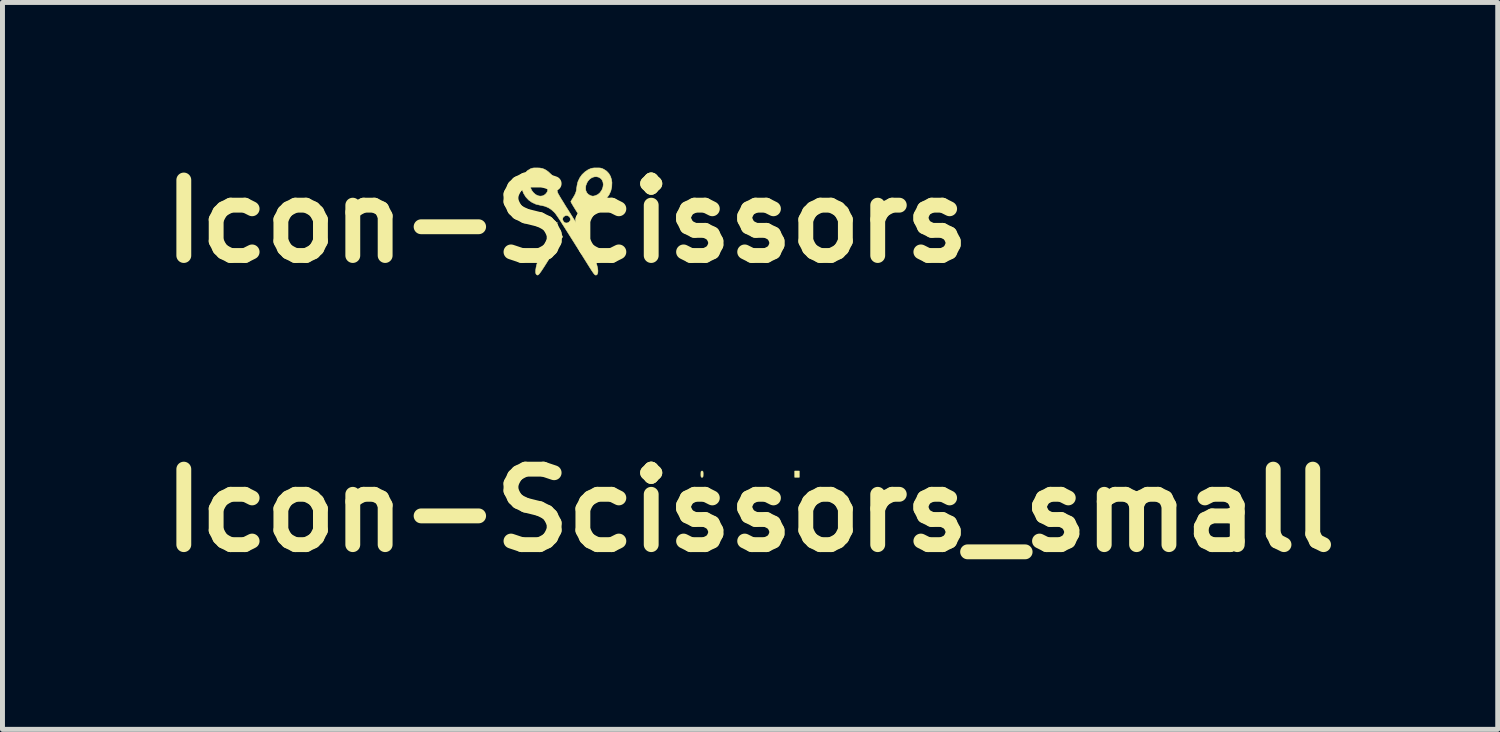
<source format=kicad_pcb>
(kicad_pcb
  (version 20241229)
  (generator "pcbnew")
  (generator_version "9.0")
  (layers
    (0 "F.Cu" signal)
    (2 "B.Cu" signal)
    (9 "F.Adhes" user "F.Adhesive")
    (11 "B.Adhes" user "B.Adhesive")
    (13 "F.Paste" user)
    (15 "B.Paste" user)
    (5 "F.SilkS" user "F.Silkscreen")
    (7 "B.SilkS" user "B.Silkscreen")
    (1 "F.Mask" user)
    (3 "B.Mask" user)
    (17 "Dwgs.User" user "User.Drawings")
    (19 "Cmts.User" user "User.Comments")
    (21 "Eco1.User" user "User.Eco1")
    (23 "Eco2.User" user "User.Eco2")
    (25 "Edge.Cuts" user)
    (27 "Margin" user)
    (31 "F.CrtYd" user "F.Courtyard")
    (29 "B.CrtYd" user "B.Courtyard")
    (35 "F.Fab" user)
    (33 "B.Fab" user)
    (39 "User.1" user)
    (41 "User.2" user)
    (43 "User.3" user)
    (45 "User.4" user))
  (footprint "Icon-Scissors"
    (layer "F.Cu")
    (at 8.389 1.418)
    (property "Reference" "Icon-Scissors" (at 0 0 0) (layer "F.SilkS") (effects (font (size 1.524 1.524) (thickness 0.3))))
    (attr through_hole)
    (fp_poly (pts (xy -0.178 0.03) (xy -0.182 0.034) (xy -0.186 0.03) (xy -0.182 0.025) (xy -0.178 0.03)) (stroke (width 0.01) (type solid)) (fill yes) (layer "F.SilkS"))
    (fp_poly (pts (xy -0.218 0.102) (xy -0.204 0.119) (xy -0.186 0.145) (xy -0.165 0.177) (xy -0.142 0.21) (xy -0.121 0.244) (xy -0.103 0.273) (xy -0.09 0.297) (xy -0.083 0.31) (xy -0.087 0.319) (xy -0.099 0.34) (xy -0.119 0.374) (xy -0.145 0.417) (xy -0.177 0.469) (xy -0.213 0.529) (xy -0.254 0.595) (xy -0.299 0.666) (xy -0.321 0.701) (xy -0.375 0.787) (xy -0.42 0.859) (xy -0.458 0.919) (xy -0.49 0.968) (xy -0.516 1.007) (xy -0.537 1.036) (xy -0.553 1.058) (xy -0.567 1.072) (xy -0.577 1.08) (xy -0.586 1.084) (xy -0.594 1.083) (xy -0.602 1.08) (xy -0.608 1.076) (xy -0.622 1.058) (xy -0.628 1.026) (xy -0.626 0.981) (xy -0.618 0.926) (xy -0.602 0.862) (xy -0.579 0.788) (xy -0.55 0.708) (xy -0.525 0.647) (xy -0.502 0.595) (xy -0.474 0.537) (xy -0.444 0.475) (xy -0.413 0.413) (xy -0.38 0.351) (xy -0.348 0.291) (xy -0.318 0.237) (xy -0.289 0.188) (xy -0.265 0.148) (xy -0.245 0.118) (xy -0.23 0.1) (xy -0.224 0.096) (xy -0.218 0.102)) (stroke (width 0.01) (type solid)) (fill yes) (layer "F.SilkS"))
    (fp_poly (pts (xy 0.646 -1.079) (xy 0.675 -1.077) (xy 0.698 -1.072) (xy 0.721 -1.064) (xy 0.747 -1.052) (xy 0.805 -1.014) (xy 0.851 -0.965) (xy 0.885 -0.905) (xy 0.906 -0.836) (xy 0.913 -0.783) (xy 0.909 -0.695) (xy 0.89 -0.613) (xy 0.855 -0.537) (xy 0.805 -0.467) (xy 0.783 -0.444) (xy 0.731 -0.399) (xy 0.676 -0.366) (xy 0.613 -0.342) (xy 0.54 -0.327) (xy 0.46 -0.31) (xy 0.392 -0.286) (xy 0.331 -0.253) (xy 0.275 -0.209) (xy 0.258 -0.194) (xy 0.224 -0.161) (xy 0.152 -0.277) (xy 0.128 -0.316) (xy 0.108 -0.351) (xy 0.092 -0.378) (xy 0.084 -0.395) (xy 0.083 -0.4) (xy 0.088 -0.409) (xy 0.1 -0.43) (xy 0.117 -0.458) (xy 0.128 -0.475) (xy 0.156 -0.522) (xy 0.175 -0.561) (xy 0.188 -0.598) (xy 0.197 -0.64) (xy 0.201 -0.672) (xy 0.38 -0.672) (xy 0.386 -0.622) (xy 0.404 -0.58) (xy 0.435 -0.545) (xy 0.478 -0.521) (xy 0.48 -0.52) (xy 0.506 -0.512) (xy 0.527 -0.509) (xy 0.55 -0.512) (xy 0.581 -0.52) (xy 0.632 -0.544) (xy 0.674 -0.581) (xy 0.708 -0.632) (xy 0.711 -0.636) (xy 0.731 -0.691) (xy 0.738 -0.745) (xy 0.731 -0.794) (xy 0.712 -0.837) (xy 0.687 -0.866) (xy 0.644 -0.892) (xy 0.598 -0.902) (xy 0.551 -0.898) (xy 0.505 -0.881) (xy 0.462 -0.851) (xy 0.425 -0.808) (xy 0.409 -0.78) (xy 0.387 -0.725) (xy 0.38 -0.672) (xy 0.201 -0.672) (xy 0.203 -0.687) (xy 0.209 -0.728) (xy 0.218 -0.77) (xy 0.228 -0.804) (xy 0.23 -0.809) (xy 0.264 -0.88) (xy 0.31 -0.944) (xy 0.367 -0.998) (xy 0.43 -1.041) (xy 0.467 -1.058) (xy 0.497 -1.069) (xy 0.525 -1.075) (xy 0.558 -1.079) (xy 0.601 -1.079) (xy 0.606 -1.079) (xy 0.646 -1.079)) (stroke (width 0.01) (type solid)) (fill yes) (layer "F.SilkS"))
    (fp_poly (pts (xy -0.542 -1.077) (xy -0.494 -1.068) (xy -0.45 -1.052) (xy -0.405 -1.026) (xy -0.367 -0.997) (xy -0.306 -0.939) (xy -0.259 -0.871) (xy -0.225 -0.793) (xy -0.205 -0.706) (xy -0.203 -0.685) (xy -0.198 -0.647) (xy -0.191 -0.611) (xy -0.184 -0.583) (xy -0.183 -0.579) (xy -0.176 -0.564) (xy -0.161 -0.537) (xy -0.139 -0.499) (xy -0.111 -0.452) (xy -0.077 -0.398) (xy -0.04 -0.337) (xy -0.000267 -0.273) (xy 0.018 -0.245) (xy 0.08 -0.146) (xy 0.133 -0.06) (xy 0.18 0.013) (xy 0.219 0.076) (xy 0.252 0.129) (xy 0.28 0.174) (xy 0.303 0.212) (xy 0.323 0.244) (xy 0.339 0.271) (xy 0.353 0.295) (xy 0.365 0.316) (xy 0.376 0.337) (xy 0.387 0.357) (xy 0.396 0.373) (xy 0.439 0.457) (xy 0.479 0.543) (xy 0.517 0.63) (xy 0.551 0.714) (xy 0.581 0.794) (xy 0.604 0.865) (xy 0.62 0.927) (xy 0.626 0.957) (xy 0.63 1.002) (xy 0.627 1.04) (xy 0.617 1.066) (xy 0.608 1.077) (xy 0.597 1.083) (xy 0.586 1.085) (xy 0.576 1.081) (xy 0.563 1.072) (xy 0.547 1.054) (xy 0.528 1.027) (xy 0.502 0.989) (xy 0.47 0.939) (xy 0.44 0.891) (xy 0.351 0.749) (xy 0.271 0.621) (xy 0.198 0.505) (xy 0.133 0.402) (xy 0.075 0.31) (xy 0.024 0.229) (xy -0.021 0.158) (xy -0.06 0.096) (xy -0.094 0.043) (xy -0.123 -0.003) (xy -0.148 -0.041) (xy -0.158 -0.057) (xy -0.083 -0.057) (xy -0.082 -0.036) (xy -0.069 -0.002) (xy -0.047 0.021) (xy -0.018 0.033) (xy 0.014 0.031) (xy 0.045 0.015) (xy 0.051 0.009) (xy 0.072 -0.019) (xy 0.076 -0.042) (xy 0.068 -0.072) (xy 0.048 -0.098) (xy 0.02 -0.114) (xy -0.004 -0.119) (xy -0.031 -0.114) (xy -0.055 -0.098) (xy -0.061 -0.093) (xy -0.077 -0.074) (xy -0.083 -0.057) (xy -0.158 -0.057) (xy -0.169 -0.073) (xy -0.187 -0.1) (xy -0.202 -0.121) (xy -0.214 -0.139) (xy -0.224 -0.152) (xy -0.233 -0.164) (xy -0.241 -0.173) (xy -0.248 -0.181) (xy -0.255 -0.188) (xy -0.258 -0.191) (xy -0.315 -0.241) (xy -0.376 -0.279) (xy -0.443 -0.306) (xy -0.522 -0.324) (xy -0.537 -0.326) (xy -0.624 -0.347) (xy -0.701 -0.383) (xy -0.769 -0.431) (xy -0.825 -0.492) (xy -0.87 -0.564) (xy -0.902 -0.647) (xy -0.913 -0.711) (xy -0.913 -0.727) (xy -0.735 -0.727) (xy -0.732 -0.692) (xy -0.728 -0.674) (xy -0.708 -0.627) (xy -0.674 -0.582) (xy -0.633 -0.545) (xy -0.611 -0.532) (xy -0.568 -0.514) (xy -0.529 -0.509) (xy -0.487 -0.515) (xy -0.482 -0.516) (xy -0.451 -0.532) (xy -0.421 -0.557) (xy -0.398 -0.588) (xy -0.39 -0.604) (xy -0.385 -0.626) (xy -0.382 -0.656) (xy -0.381 -0.678) (xy -0.388 -0.731) (xy -0.407 -0.78) (xy -0.435 -0.823) (xy -0.471 -0.858) (xy -0.513 -0.884) (xy -0.557 -0.899) (xy -0.603 -0.902) (xy -0.647 -0.89) (xy -0.67 -0.877) (xy -0.704 -0.849) (xy -0.724 -0.816) (xy -0.734 -0.774) (xy -0.735 -0.762) (xy -0.735 -0.727) (xy -0.913 -0.727) (xy -0.914 -0.779) (xy -0.904 -0.847) (xy -0.883 -0.907) (xy -0.883 -0.907) (xy -0.846 -0.969) (xy -0.797 -1.02) (xy -0.738 -1.057) (xy -0.737 -1.058) (xy -0.713 -1.068) (xy -0.691 -1.074) (xy -0.666 -1.078) (xy -0.632 -1.079) (xy -0.601 -1.079) (xy -0.542 -1.077)) (stroke (width 0.01) (type solid)) (fill yes) (layer "F.SilkS")))
  (footprint "Icon-Scissors_small"
    (layer "F.Cu")
    (at 12.09 7.254)
    (property "Reference" "Icon-Scissors_small" (at 0 0 0) (layer "F.SilkS") (effects (font (size 1.524 1.524) (thickness 0.3))))
    (attr through_hole)
    (fp_poly (pts (xy 0.993 -0.67) (xy 0.901 -0.67) (xy 0.901 -0.797) (xy 0.993 -0.797) (xy 0.993 -0.67)) (stroke (width 0.01) (type solid)) (fill yes) (layer "F.SilkS"))
    (fp_poly (pts (xy -0.956 -0.794) (xy -0.95 -0.782) (xy -0.947 -0.755) (xy -0.947 -0.733) (xy -0.948 -0.696) (xy -0.952 -0.677) (xy -0.962 -0.67) (xy -0.97 -0.67) (xy -0.983 -0.672) (xy -0.99 -0.684) (xy -0.993 -0.711) (xy -0.993 -0.733) (xy -0.992 -0.77) (xy -0.988 -0.789) (xy -0.978 -0.796) (xy -0.97 -0.797) (xy -0.956 -0.794)) (stroke (width 0.01) (type solid)) (fill yes) (layer "F.SilkS")))
  (gr_rect
    (start -3 -3)
    (end 27.181 11.672)
    (stroke (width 0.1) (type default))
    (fill no)
    (layer "Edge.Cuts")))
</source>
